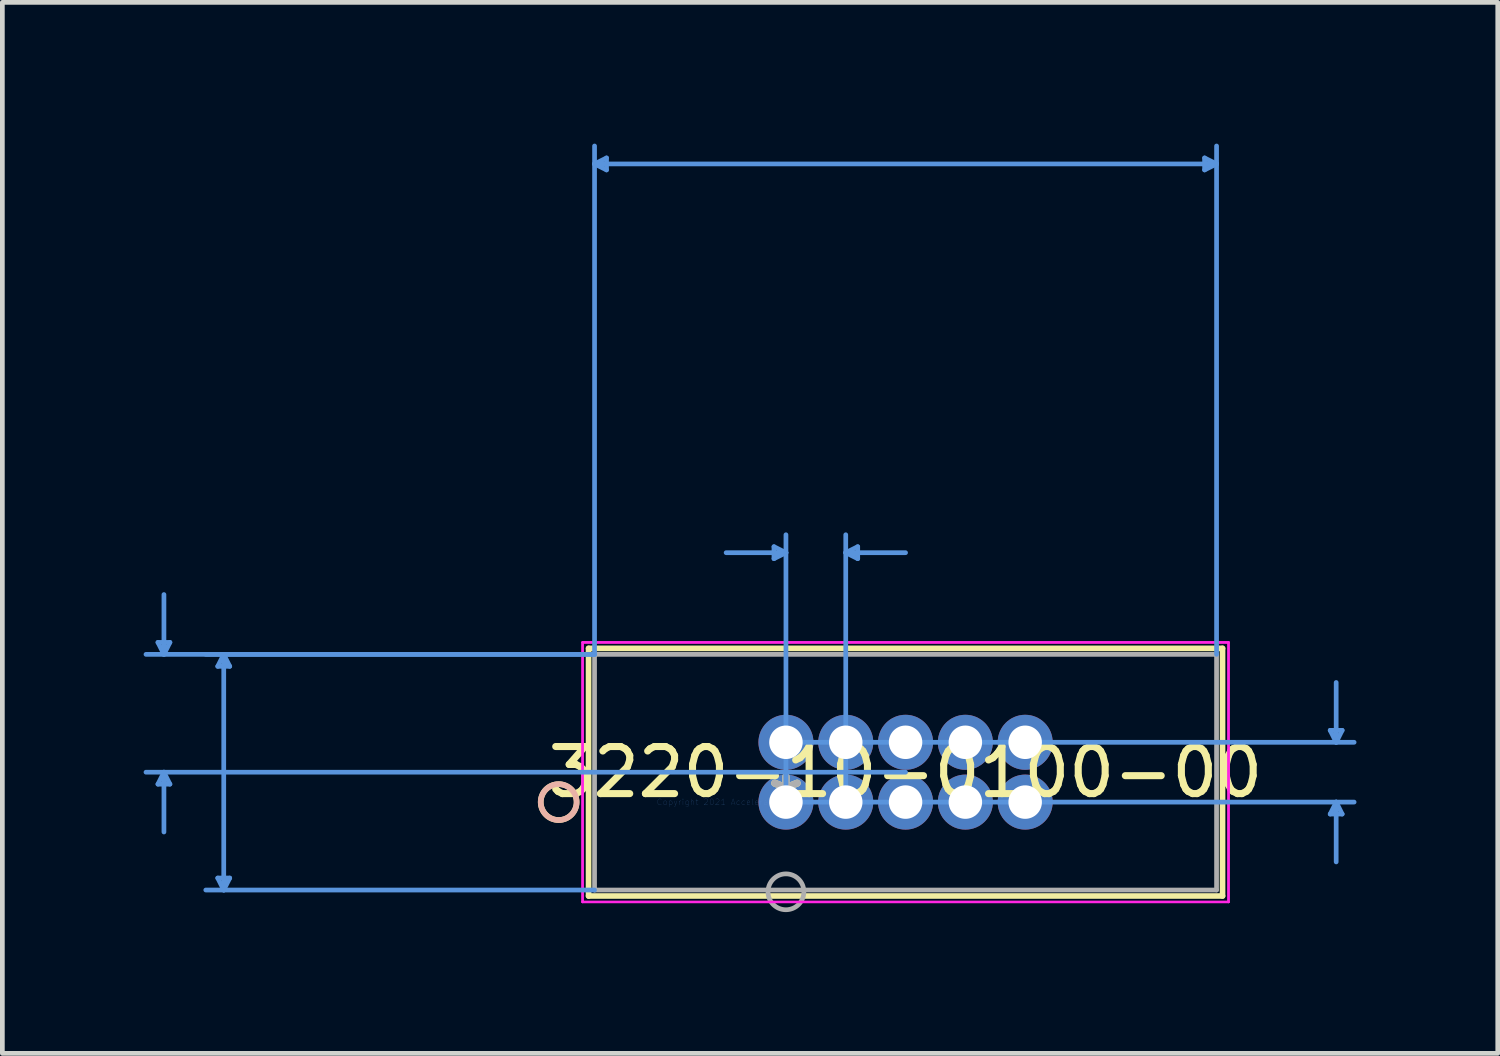
<source format=kicad_pcb>
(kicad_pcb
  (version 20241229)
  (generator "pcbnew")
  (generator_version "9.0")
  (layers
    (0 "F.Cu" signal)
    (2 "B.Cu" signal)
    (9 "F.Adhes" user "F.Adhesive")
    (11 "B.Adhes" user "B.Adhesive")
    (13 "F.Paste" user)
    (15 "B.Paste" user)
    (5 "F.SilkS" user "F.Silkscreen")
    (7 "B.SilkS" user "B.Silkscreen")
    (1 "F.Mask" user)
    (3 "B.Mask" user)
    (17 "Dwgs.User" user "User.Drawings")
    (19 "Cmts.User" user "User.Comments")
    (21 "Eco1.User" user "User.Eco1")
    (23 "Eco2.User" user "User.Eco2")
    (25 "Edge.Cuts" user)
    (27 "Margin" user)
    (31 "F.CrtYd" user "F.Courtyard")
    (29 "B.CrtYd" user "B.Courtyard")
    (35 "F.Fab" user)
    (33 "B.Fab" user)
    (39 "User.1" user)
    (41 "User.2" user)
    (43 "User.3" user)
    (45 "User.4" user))
  (footprint "3220-10-0100-00"
    (layer "F.Cu")
    (at 13.639 13.982)
    (property "Reference" "3220-10-0100-00" (at 2.54 -0.635 0) (layer "F.SilkS") (effects (font (size 1 1) (thickness 0.15))))
    (attr through_hole)
    (fp_line (start -4.191 -3.264) (end -4.191 1.994) (stroke (width 0.12) (type solid)) (layer "F.SilkS"))
    (fp_line (start -4.191 1.994) (end 9.271 1.994) (stroke (width 0.12) (type solid)) (layer "F.SilkS"))
    (fp_line (start 9.271 -3.264) (end -4.191 -3.264) (stroke (width 0.12) (type solid)) (layer "F.SilkS"))
    (fp_line (start 9.271 1.994) (end 9.271 -3.264) (stroke (width 0.12) (type solid)) (layer "F.SilkS"))
    (fp_circle (center -4.826 0) (end -4.445 0) (stroke (width 0.12) (type solid)) (fill no) (layer "F.SilkS"))
    (fp_circle (center -4.826 0) (end -4.445 0) (stroke (width 0.12) (type solid)) (fill no) (layer "B.SilkS"))
    (fp_line (start -13.335 -3.391) (end -13.081 -3.391) (stroke (width 0.1) (type solid)) (layer "Cmts.User"))
    (fp_line (start -13.335 -0.381) (end -13.081 -0.381) (stroke (width 0.1) (type solid)) (layer "Cmts.User"))
    (fp_line (start -13.208 -3.137) (end -13.335 -3.391) (stroke (width 0.1) (type solid)) (layer "Cmts.User"))
    (fp_line (start -13.208 -3.137) (end -13.208 -4.407) (stroke (width 0.1) (type solid)) (layer "Cmts.User"))
    (fp_line (start -13.208 -3.137) (end -13.081 -3.391) (stroke (width 0.1) (type solid)) (layer "Cmts.User"))
    (fp_line (start -13.208 -0.635) (end -13.335 -0.381) (stroke (width 0.1) (type solid)) (layer "Cmts.User"))
    (fp_line (start -13.208 -0.635) (end -13.208 0.635) (stroke (width 0.1) (type solid)) (layer "Cmts.User"))
    (fp_line (start -13.208 -0.635) (end -13.081 -0.381) (stroke (width 0.1) (type solid)) (layer "Cmts.User"))
    (fp_line (start -12.065 -2.883) (end -11.811 -2.883) (stroke (width 0.1) (type solid)) (layer "Cmts.User"))
    (fp_line (start -12.065 1.613) (end -11.811 1.613) (stroke (width 0.1) (type solid)) (layer "Cmts.User"))
    (fp_line (start -11.938 -3.137) (end -12.065 -2.883) (stroke (width 0.1) (type solid)) (layer "Cmts.User"))
    (fp_line (start -11.938 -3.137) (end -11.938 1.867) (stroke (width 0.1) (type solid)) (layer "Cmts.User"))
    (fp_line (start -11.938 -3.137) (end -11.811 -2.883) (stroke (width 0.1) (type solid)) (layer "Cmts.User"))
    (fp_line (start -11.938 1.867) (end -12.065 1.613) (stroke (width 0.1) (type solid)) (layer "Cmts.User"))
    (fp_line (start -11.938 1.867) (end -11.811 1.613) (stroke (width 0.1) (type solid)) (layer "Cmts.User"))
    (fp_line (start -4.064 -13.551) (end -3.81 -13.678) (stroke (width 0.1) (type solid)) (layer "Cmts.User"))
    (fp_line (start -4.064 -13.551) (end -3.81 -13.424) (stroke (width 0.1) (type solid)) (layer "Cmts.User"))
    (fp_line (start -4.064 -13.551) (end 9.144 -13.551) (stroke (width 0.1) (type solid)) (layer "Cmts.User"))
    (fp_line (start -4.064 -3.137) (end -13.589 -3.137) (stroke (width 0.1) (type solid)) (layer "Cmts.User"))
    (fp_line (start -4.064 -3.137) (end -12.319 -3.137) (stroke (width 0.1) (type solid)) (layer "Cmts.User"))
    (fp_line (start -4.064 -3.137) (end -4.064 -13.932) (stroke (width 0.1) (type solid)) (layer "Cmts.User"))
    (fp_line (start -4.064 1.867) (end -12.319 1.867) (stroke (width 0.1) (type solid)) (layer "Cmts.User"))
    (fp_line (start -3.81 -13.678) (end -3.81 -13.424) (stroke (width 0.1) (type solid)) (layer "Cmts.User"))
    (fp_line (start -0.254 -5.423) (end -0.254 -5.169) (stroke (width 0.1) (type solid)) (layer "Cmts.User"))
    (fp_line (start 0 -5.296) (end -1.27 -5.296) (stroke (width 0.1) (type solid)) (layer "Cmts.User"))
    (fp_line (start 0 -5.296) (end -0.254 -5.423) (stroke (width 0.1) (type solid)) (layer "Cmts.User"))
    (fp_line (start 0 -5.296) (end -0.254 -5.169) (stroke (width 0.1) (type solid)) (layer "Cmts.User"))
    (fp_line (start 0 -1.27) (end 12.065 -1.27) (stroke (width 0.1) (type solid)) (layer "Cmts.User"))
    (fp_line (start 0 0) (end 0 -5.677) (stroke (width 0.1) (type solid)) (layer "Cmts.User"))
    (fp_line (start 0 0) (end 12.065 0) (stroke (width 0.1) (type solid)) (layer "Cmts.User"))
    (fp_line (start 1.27 -5.296) (end 1.524 -5.423) (stroke (width 0.1) (type solid)) (layer "Cmts.User"))
    (fp_line (start 1.27 -5.296) (end 1.524 -5.169) (stroke (width 0.1) (type solid)) (layer "Cmts.User"))
    (fp_line (start 1.27 -5.296) (end 2.54 -5.296) (stroke (width 0.1) (type solid)) (layer "Cmts.User"))
    (fp_line (start 1.27 0) (end 1.27 -5.677) (stroke (width 0.1) (type solid)) (layer "Cmts.User"))
    (fp_line (start 1.524 -5.423) (end 1.524 -5.169) (stroke (width 0.1) (type solid)) (layer "Cmts.User"))
    (fp_line (start 2.54 -0.635) (end -13.589 -0.635) (stroke (width 0.1) (type solid)) (layer "Cmts.User"))
    (fp_line (start 8.89 -13.678) (end 8.89 -13.424) (stroke (width 0.1) (type solid)) (layer "Cmts.User"))
    (fp_line (start 9.144 -13.551) (end 8.89 -13.678) (stroke (width 0.1) (type solid)) (layer "Cmts.User"))
    (fp_line (start 9.144 -13.551) (end 8.89 -13.424) (stroke (width 0.1) (type solid)) (layer "Cmts.User"))
    (fp_line (start 9.144 -3.137) (end 9.144 -13.932) (stroke (width 0.1) (type solid)) (layer "Cmts.User"))
    (fp_line (start 11.557 -1.524) (end 11.811 -1.524) (stroke (width 0.1) (type solid)) (layer "Cmts.User"))
    (fp_line (start 11.557 0.254) (end 11.811 0.254) (stroke (width 0.1) (type solid)) (layer "Cmts.User"))
    (fp_line (start 11.684 -1.27) (end 11.557 -1.524) (stroke (width 0.1) (type solid)) (layer "Cmts.User"))
    (fp_line (start 11.684 -1.27) (end 11.684 -2.54) (stroke (width 0.1) (type solid)) (layer "Cmts.User"))
    (fp_line (start 11.684 -1.27) (end 11.811 -1.524) (stroke (width 0.1) (type solid)) (layer "Cmts.User"))
    (fp_line (start 11.684 0) (end 11.557 0.254) (stroke (width 0.1) (type solid)) (layer "Cmts.User"))
    (fp_line (start 11.684 0) (end 11.684 1.27) (stroke (width 0.1) (type solid)) (layer "Cmts.User"))
    (fp_line (start 11.684 0) (end 11.811 0.254) (stroke (width 0.1) (type solid)) (layer "Cmts.User"))
    (fp_line (start -4.318 -3.391) (end -4.318 2.121) (stroke (width 0.05) (type solid)) (layer "F.CrtYd"))
    (fp_line (start -4.318 -3.391) (end -4.318 2.121) (stroke (width 0.05) (type solid)) (layer "F.CrtYd"))
    (fp_line (start -4.318 2.121) (end 9.398 2.121) (stroke (width 0.05) (type solid)) (layer "F.CrtYd"))
    (fp_line (start -4.318 2.121) (end 9.398 2.121) (stroke (width 0.05) (type solid)) (layer "F.CrtYd"))
    (fp_line (start 9.398 -3.391) (end -4.318 -3.391) (stroke (width 0.05) (type solid)) (layer "F.CrtYd"))
    (fp_line (start 9.398 -3.391) (end -4.318 -3.391) (stroke (width 0.05) (type solid)) (layer "F.CrtYd"))
    (fp_line (start 9.398 2.121) (end 9.398 -3.391) (stroke (width 0.05) (type solid)) (layer "F.CrtYd"))
    (fp_line (start 9.398 2.121) (end 9.398 -3.391) (stroke (width 0.05) (type solid)) (layer "F.CrtYd"))
    (fp_line (start -4.064 -3.137) (end -4.064 1.867) (stroke (width 0.1) (type solid)) (layer "F.Fab"))
    (fp_line (start -4.064 1.867) (end 9.144 1.867) (stroke (width 0.1) (type solid)) (layer "F.Fab"))
    (fp_line (start 9.144 -3.137) (end -4.064 -3.137) (stroke (width 0.1) (type solid)) (layer "F.Fab"))
    (fp_line (start 9.144 1.867) (end 9.144 -3.137) (stroke (width 0.1) (type solid)) (layer "F.Fab"))
    (fp_circle (center 0 1.905) (end 0.381 1.905) (stroke (width 0.1) (type solid)) (fill no) (layer "F.Fab"))
    (fp_text user "*" (at 0 0 0) (layer "F.SilkS") (effects (font (size 1 1) (thickness 0.15))))
    (fp_text user "Copyright 2021 Accelerated Designs. All rights reserved." (at 0 0 0) (layer "Cmts.User") (effects (font (size 0.127 0.127) (thickness 0.002))))
    (fp_text user "*" (at 0 0 0) (layer "F.Fab") (effects (font (size 1 1) (thickness 0.15))))
    (pad "1" thru_hole circle (at 0 0) (size 1.168 1.168) (drill 0.711) (layers "*.Cu" "*.Mask"))
    (pad "2" thru_hole circle (at 0 -1.27) (size 1.168 1.168) (drill 0.711) (layers "*.Cu" "*.Mask"))
    (pad "3" thru_hole circle (at 1.27 0) (size 1.168 1.168) (drill 0.711) (layers "*.Cu" "*.Mask"))
    (pad "4" thru_hole circle (at 1.27 -1.27) (size 1.168 1.168) (drill 0.711) (layers "*.Cu" "*.Mask"))
    (pad "5" thru_hole circle (at 2.54 0) (size 1.168 1.168) (drill 0.711) (layers "*.Cu" "*.Mask"))
    (pad "6" thru_hole circle (at 2.54 -1.27) (size 1.168 1.168) (drill 0.711) (layers "*.Cu" "*.Mask"))
    (pad "7" thru_hole circle (at 3.81 0) (size 1.168 1.168) (drill 0.711) (layers "*.Cu" "*.Mask"))
    (pad "8" thru_hole circle (at 3.81 -1.27) (size 1.168 1.168) (drill 0.711) (layers "*.Cu" "*.Mask"))
    (pad "9" thru_hole circle (at 5.08 0) (size 1.168 1.168) (drill 0.711) (layers "*.Cu" "*.Mask"))
    (pad "10" thru_hole circle (at 5.08 -1.27) (size 1.168 1.168) (drill 0.711) (layers "*.Cu" "*.Mask")))
  (gr_rect
    (start -3 -3)
    (end 28.754 19.318)
    (stroke (width 0.1) (type default))
    (fill no)
    (layer "Edge.Cuts")))
</source>
